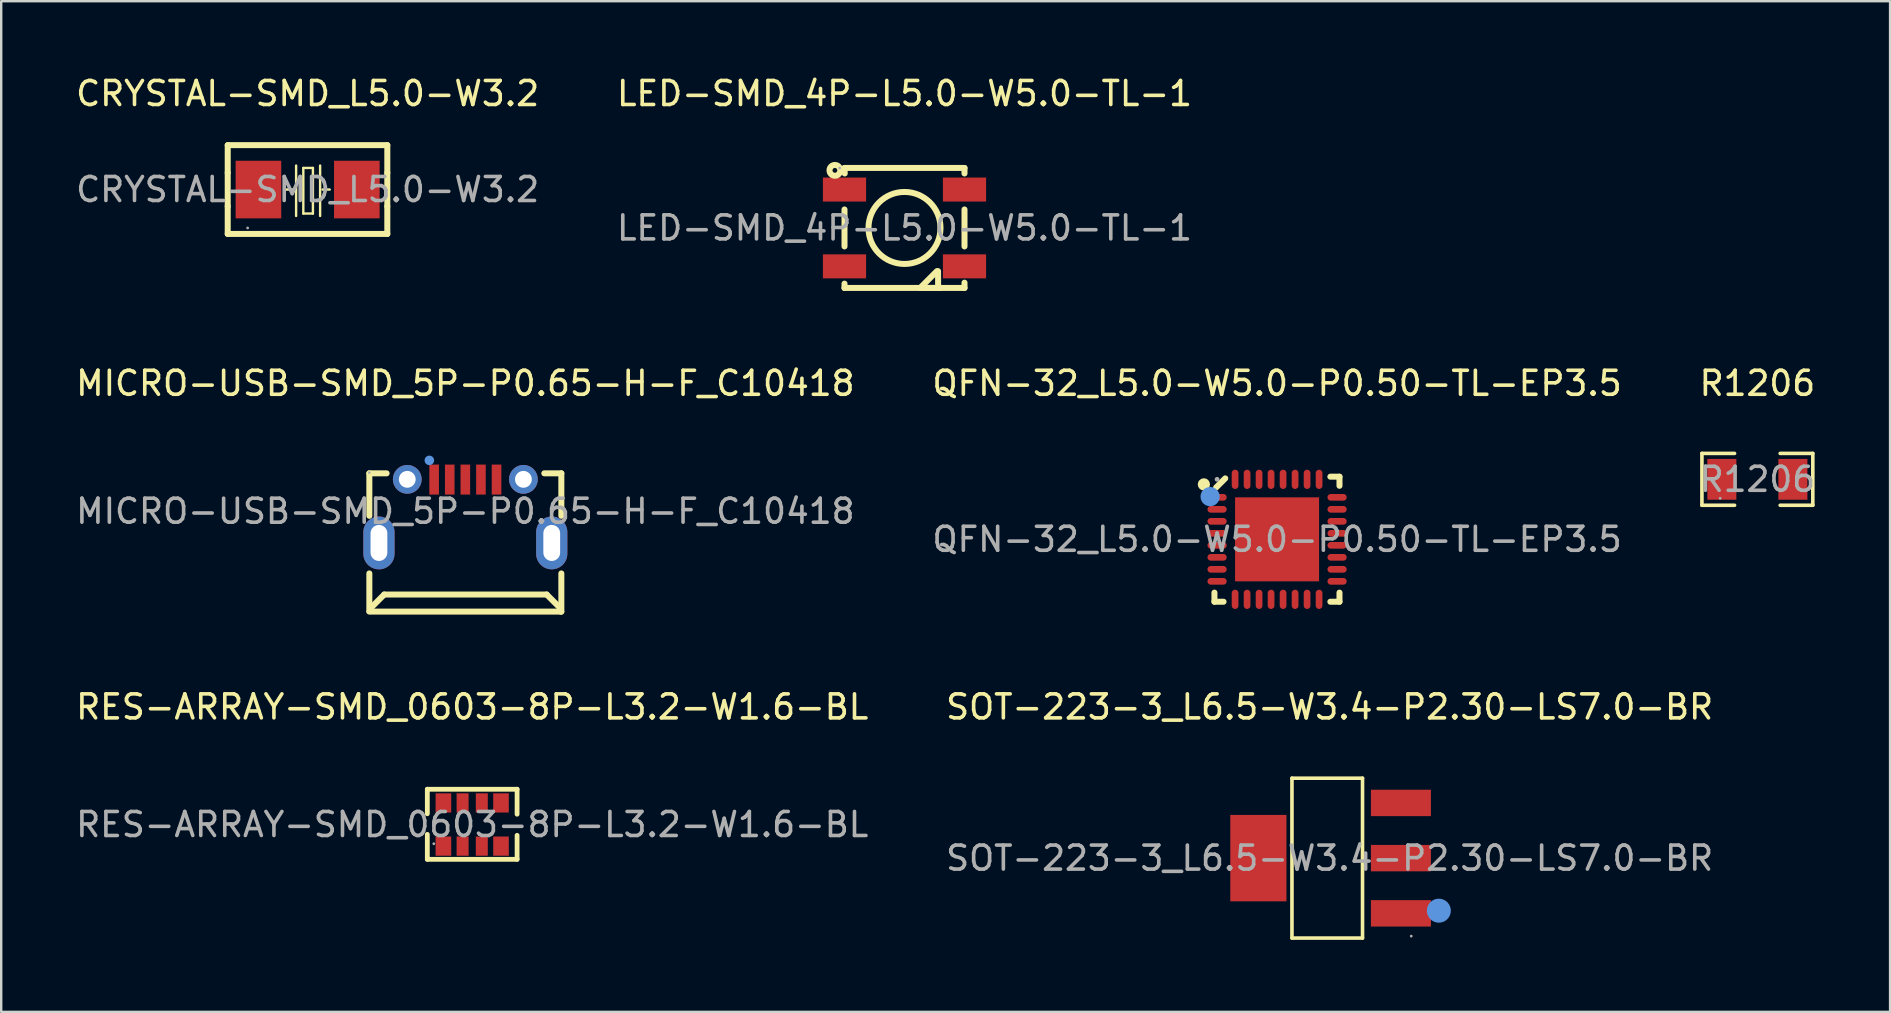
<source format=kicad_pcb>
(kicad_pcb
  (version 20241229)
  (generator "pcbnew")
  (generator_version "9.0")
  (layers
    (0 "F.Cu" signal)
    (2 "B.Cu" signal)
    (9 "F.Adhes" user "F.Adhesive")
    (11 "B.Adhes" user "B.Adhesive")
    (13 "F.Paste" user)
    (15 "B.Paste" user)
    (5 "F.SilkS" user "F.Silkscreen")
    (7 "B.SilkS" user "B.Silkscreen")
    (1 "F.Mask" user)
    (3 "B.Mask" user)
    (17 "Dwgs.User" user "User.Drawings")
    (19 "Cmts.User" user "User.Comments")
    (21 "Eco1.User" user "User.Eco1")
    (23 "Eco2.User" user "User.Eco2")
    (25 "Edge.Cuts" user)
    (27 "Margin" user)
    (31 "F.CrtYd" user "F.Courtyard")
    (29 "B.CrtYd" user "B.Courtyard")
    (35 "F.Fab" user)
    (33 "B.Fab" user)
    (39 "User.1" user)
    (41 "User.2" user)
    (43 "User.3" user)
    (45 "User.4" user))
  (footprint "MICRO-USB-SMD_5P-P0.65-H-F_C10418"
    (layer "F.Cu")
    (at 16.339 18.252)
    (property "Reference" "MICRO-USB-SMD_5P-P0.65-H-F_C10418" (at 0 -5.33 0) (layer "F.SilkS") (effects (font (size 1 1) (thickness 0.15))))
    (attr smd)
    (fp_line (start -4 -1.58) (end -4 0.19) (stroke (width 0.25) (type solid)) (layer "F.SilkS"))
    (fp_line (start -4 -1.58) (end -3.28 -1.58) (stroke (width 0.25) (type solid)) (layer "F.SilkS"))
    (fp_line (start -4 2.59) (end -4 4.16) (stroke (width 0.25) (type solid)) (layer "F.SilkS"))
    (fp_line (start -3.97 4.06) (end -3.38 3.47) (stroke (width 0.25) (type solid)) (layer "F.SilkS"))
    (fp_line (start -3.97 4.16) (end -3.97 4.06) (stroke (width 0.25) (type solid)) (layer "F.SilkS"))
    (fp_line (start 3.29 -1.58) (end 4 -1.58) (stroke (width 0.25) (type solid)) (layer "F.SilkS"))
    (fp_line (start 3.39 3.47) (end -3.38 3.47) (stroke (width 0.25) (type solid)) (layer "F.SilkS"))
    (fp_line (start 3.98 4.06) (end 3.39 3.47) (stroke (width 0.25) (type solid)) (layer "F.SilkS"))
    (fp_line (start 3.98 4.18) (end 3.98 4.06) (stroke (width 0.25) (type solid)) (layer "F.SilkS"))
    (fp_line (start 4 -1.58) (end 4 0.19) (stroke (width 0.25) (type solid)) (layer "F.SilkS"))
    (fp_line (start 4 2.59) (end 4 4.18) (stroke (width 0.25) (type solid)) (layer "F.SilkS"))
    (fp_line (start 4 4.18) (end -4 4.18) (stroke (width 0.25) (type solid)) (layer "F.SilkS"))
    (fp_circle (center -1.5 -2.12) (end -1.4 -2.12) (stroke (width 0.2) (type solid)) (fill no) (layer "Cmts.User"))
    (fp_circle (center -4 -1.61) (end -3.97 -1.61) (stroke (width 0.06) (type solid)) (fill no) (layer "F.Fab"))
    (fp_text user "${REFERENCE}" (at 0 0 0) (layer "F.Fab") (effects (font (size 1 1) (thickness 0.15))))
    (pad "1" smd rect (at -1.3 -1.32 270) (size 1.25 0.4) (layers "F.Cu" "F.Mask" "F.Paste"))
    (pad "2" smd rect (at -0.65 -1.32 270) (size 1.25 0.4) (layers "F.Cu" "F.Mask" "F.Paste"))
    (pad "3" smd rect (at 0 -1.32 270) (size 1.25 0.4) (layers "F.Cu" "F.Mask" "F.Paste"))
    (pad "4" smd rect (at 0.65 -1.32 270) (size 1.25 0.4) (layers "F.Cu" "F.Mask" "F.Paste"))
    (pad "5" smd rect (at 1.3 -1.32 270) (size 1.25 0.4) (layers "F.Cu" "F.Mask" "F.Paste"))
    (pad "SH0" thru_hole circle (at -2.42 -1.33) (size 1.2 1.2) (drill 0.7) (layers "*.Cu" "*.Mask"))
    (pad "SH1" thru_hole oval (at -3.6 1.32) (size 1.3 2.2) (drill oval 0.7 1.5) (layers "*.Cu" "*.Mask"))
    (pad "SH2" thru_hole oval (at 3.6 1.32) (size 1.3 2.2) (drill oval 0.7 1.5) (layers "*.Cu" "*.Mask"))
    (pad "SH3" thru_hole circle (at 2.42 -1.33) (size 1.2 1.2) (drill 0.7) (layers "*.Cu" "*.Mask")))
  (footprint "R1206"
    (layer "F.Cu")
    (at 70.173 16.922)
    (property "Reference" "R1206" (at 0 -4 0) (layer "F.SilkS") (effects (font (size 1 1) (thickness 0.15))))
    (attr smd)
    (fp_line (start -2.31 -1.08) (end -0.95 -1.08) (stroke (width 0.15) (type solid)) (layer "F.SilkS"))
    (fp_line (start -2.31 1.08) (end -2.31 -1.08) (stroke (width 0.15) (type solid)) (layer "F.SilkS"))
    (fp_line (start -0.95 1.08) (end -2.31 1.08) (stroke (width 0.15) (type solid)) (layer "F.SilkS"))
    (fp_line (start 0.95 1.08) (end 2.31 1.08) (stroke (width 0.15) (type solid)) (layer "F.SilkS"))
    (fp_line (start 2.31 -1.08) (end 0.95 -1.08) (stroke (width 0.15) (type solid)) (layer "F.SilkS"))
    (fp_line (start 2.31 1.08) (end 2.31 -1.08) (stroke (width 0.15) (type solid)) (layer "F.SilkS"))
    (fp_circle (center -1.55 0.79) (end -1.52 0.79) (stroke (width 0.06) (type solid)) (fill no) (layer "F.Fab"))
    (fp_text user "${REFERENCE}" (at 0 0 0) (layer "F.Fab") (effects (font (size 1 1) (thickness 0.15))))
    (pad "1" smd rect (at -1.48 0) (size 1.21 1.7) (layers "F.Cu" "F.Mask" "F.Paste"))
    (pad "2" smd rect (at 1.48 0) (size 1.21 1.7) (layers "F.Cu" "F.Mask" "F.Paste")))
  (footprint "LED-SMD_4P-L5.0-W5.0-TL-1"
    (layer "F.Cu")
    (at 34.637 6.448)
    (property "Reference" "LED-SMD_4P-L5.0-W5.0-TL-1" (at 0 -5.6 0) (layer "F.SilkS") (effects (font (size 1 1) (thickness 0.15))))
    (attr smd)
    (fp_line (start -2.5 -2.5) (end 2.5 -2.5) (stroke (width 0.25) (type solid)) (layer "F.SilkS"))
    (fp_line (start -2.5 0.77) (end -2.5 -0.77) (stroke (width 0.25) (type solid)) (layer "F.SilkS"))
    (fp_line (start -2.5 2.5) (end -2.5 2.32) (stroke (width 0.25) (type solid)) (layer "F.SilkS"))
    (fp_line (start -2.49 -2.27) (end -2.5 -2.5) (stroke (width 0.25) (type solid)) (layer "F.SilkS"))
    (fp_line (start 0.65 2.5) (end 1.35 1.8) (stroke (width 0.25) (type solid)) (layer "F.SilkS"))
    (fp_line (start 1.4 1.8) (end 1.4 2.5) (stroke (width 0.25) (type solid)) (layer "F.SilkS"))
    (fp_line (start 1.5 2.5) (end 0.8 2.5) (stroke (width 0.25) (type solid)) (layer "F.SilkS"))
    (fp_line (start 2.5 -2.5) (end 2.5 -2.27) (stroke (width 0.25) (type solid)) (layer "F.SilkS"))
    (fp_line (start 2.5 -0.77) (end 2.5 0.77) (stroke (width 0.25) (type solid)) (layer "F.SilkS"))
    (fp_line (start 2.5 2.28) (end 2.5 2.5) (stroke (width 0.25) (type solid)) (layer "F.SilkS"))
    (fp_line (start 2.5 2.5) (end -2.5 2.5) (stroke (width 0.25) (type solid)) (layer "F.SilkS"))
    (fp_circle (center -2.9 -2.4) (end -2.8 -2.4) (stroke (width 0.25) (type solid)) (fill no) (layer "F.SilkS"))
    (fp_circle (center 0 0) (end 1.5 0) (stroke (width 0.25) (type solid)) (fill no) (layer "F.SilkS"))
    (fp_circle (center -2.7 -2.5) (end -2.67 -2.5) (stroke (width 0.06) (type solid)) (fill no) (layer "F.Fab"))
    (fp_text user "${REFERENCE}" (at 0 0 0) (layer "F.Fab") (effects (font (size 1 1) (thickness 0.15))))
    (pad "1" smd rect (at -2.5 -1.6 180) (size 1.8 1) (layers "F.Cu" "F.Mask" "F.Paste"))
    (pad "2" smd rect (at -2.5 1.6 180) (size 1.8 1) (layers "F.Cu" "F.Mask" "F.Paste"))
    (pad "3" smd rect (at 2.5 1.6 180) (size 1.8 1) (layers "F.Cu" "F.Mask" "F.Paste"))
    (pad "4" smd rect (at 2.5 -1.6 180) (size 1.8 1) (layers "F.Cu" "F.Mask" "F.Paste")))
  (footprint "RES-ARRAY-SMD_0603-8P-L3.2-W1.6-BL"
    (layer "F.Cu")
    (at 16.625 31.305)
    (property "Reference" "RES-ARRAY-SMD_0603-8P-L3.2-W1.6-BL" (at 0 -4.9 0) (layer "F.SilkS") (effects (font (size 1 1) (thickness 0.15))))
    (attr smd)
    (fp_line (start -1.87 -1.47) (end 1.87 -1.47) (stroke (width 0.2) (type solid)) (layer "F.SilkS"))
    (fp_line (start -1.87 -0.45) (end -1.87 -1.47) (stroke (width 0.2) (type solid)) (layer "F.SilkS"))
    (fp_line (start -1.87 1.45) (end -1.87 0.41) (stroke (width 0.2) (type solid)) (layer "F.SilkS"))
    (fp_line (start 1.87 -1.47) (end 1.87 -0.43) (stroke (width 0.2) (type solid)) (layer "F.SilkS"))
    (fp_line (start 1.87 0.45) (end 1.87 1.45) (stroke (width 0.2) (type solid)) (layer "F.SilkS"))
    (fp_line (start 1.87 1.45) (end -1.87 1.45) (stroke (width 0.2) (type solid)) (layer "F.SilkS"))
    (fp_circle (center -1.6 0.8) (end -1.57 0.8) (stroke (width 0.06) (type solid)) (fill no) (layer "F.Fab"))
    (fp_text user "${REFERENCE}" (at 0 0 0) (layer "F.Fab") (effects (font (size 1 1) (thickness 0.15))))
    (pad "1" smd rect (at -1.2 0.9) (size 0.65 0.8) (layers "F.Cu" "F.Mask" "F.Paste"))
    (pad "2" smd rect (at -0.4 0.9) (size 0.5 0.8) (layers "F.Cu" "F.Mask" "F.Paste"))
    (pad "3" smd rect (at 0.4 0.9) (size 0.5 0.8) (layers "F.Cu" "F.Mask" "F.Paste"))
    (pad "4" smd rect (at 1.2 0.9) (size 0.65 0.8) (layers "F.Cu" "F.Mask" "F.Paste"))
    (pad "5" smd rect (at 1.2 -0.9) (size 0.65 0.8) (layers "F.Cu" "F.Mask" "F.Paste"))
    (pad "6" smd rect (at 0.4 -0.9) (size 0.5 0.8) (layers "F.Cu" "F.Mask" "F.Paste"))
    (pad "7" smd rect (at -0.4 -0.9) (size 0.5 0.8) (layers "F.Cu" "F.Mask" "F.Paste"))
    (pad "8" smd rect (at -1.2 -0.9) (size 0.65 0.8) (layers "F.Cu" "F.Mask" "F.Paste")))
  (footprint "CRYSTAL-SMD_L5.0-W3.2"
    (layer "F.Cu")
    (at 9.768 4.848)
    (property "Reference" "CRYSTAL-SMD_L5.0-W3.2" (at 0 -4 0) (layer "F.SilkS") (effects (font (size 1 1) (thickness 0.15))))
    (attr smd)
    (fp_line (start -3.33 -1.85) (end 3.32 -1.85) (stroke (width 0.25) (type solid)) (layer "F.SilkS"))
    (fp_line (start -3.33 -0.7) (end -3.33 -1.85) (stroke (width 0.25) (type solid)) (layer "F.SilkS"))
    (fp_line (start -3.33 0.7) (end -3.33 -0.7) (stroke (width 0.25) (type solid)) (layer "F.SilkS"))
    (fp_line (start -3.33 1.85) (end -3.33 0.7) (stroke (width 0.25) (type solid)) (layer "F.SilkS"))
    (fp_line (start -0.94 0) (end -0.58 0) (stroke (width 0.1) (type solid)) (layer "F.SilkS"))
    (fp_line (start -0.48 -1) (end -0.48 1.1) (stroke (width 0.1) (type solid)) (layer "F.SilkS"))
    (fp_line (start -0.18 -0.9) (end -0.18 1) (stroke (width 0.1) (type solid)) (layer "F.SilkS"))
    (fp_line (start -0.18 1) (end 0.22 1) (stroke (width 0.1) (type solid)) (layer "F.SilkS"))
    (fp_line (start 0.22 -0.9) (end -0.18 -0.9) (stroke (width 0.1) (type solid)) (layer "F.SilkS"))
    (fp_line (start 0.22 1) (end 0.22 -0.9) (stroke (width 0.1) (type solid)) (layer "F.SilkS"))
    (fp_line (start 0.52 -1) (end 0.52 1.1) (stroke (width 0.1) (type solid)) (layer "F.SilkS"))
    (fp_line (start 0.62 0) (end 0.92 0) (stroke (width 0.1) (type solid)) (layer "F.SilkS"))
    (fp_line (start 3.32 -1.85) (end 3.32 -0.7) (stroke (width 0.25) (type solid)) (layer "F.SilkS"))
    (fp_line (start 3.32 -0.7) (end 3.32 0.7) (stroke (width 0.25) (type solid)) (layer "F.SilkS"))
    (fp_line (start 3.32 0.7) (end 3.32 1.85) (stroke (width 0.25) (type solid)) (layer "F.SilkS"))
    (fp_line (start 3.32 1.85) (end -3.33 1.85) (stroke (width 0.25) (type solid)) (layer "F.SilkS"))
    (fp_circle (center -2.5 1.6) (end -2.47 1.6) (stroke (width 0.06) (type solid)) (fill no) (layer "F.Fab"))
    (fp_text user "${REFERENCE}" (at 0 0 0) (layer "F.Fab") (effects (font (size 1 1) (thickness 0.15))))
    (pad "1" smd rect (at -2.05 0) (size 1.9 2.4) (layers "F.Cu" "F.Mask" "F.Paste"))
    (pad "2" smd rect (at 2.05 0) (size 1.9 2.4) (layers "F.Cu" "F.Mask" "F.Paste")))
  (footprint "QFN-32_L5.0-W5.0-P0.50-TL-EP3.5"
    (layer "F.Cu")
    (at 50.161 19.422)
    (property "Reference" "QFN-32_L5.0-W5.0-P0.50-TL-EP3.5" (at 0 -6.5 0) (layer "F.SilkS") (effects (font (size 1 1) (thickness 0.15))))
    (attr smd)
    (fp_line (start -2.61 2.22) (end -2.61 2.6) (stroke (width 0.25) (type solid)) (layer "F.SilkS"))
    (fp_line (start -2.61 2.6) (end -2.23 2.6) (stroke (width 0.25) (type solid)) (layer "F.SilkS"))
    (fp_line (start -2.16 -2.54) (end -2.54 -2.16) (stroke (width 0.25) (type solid)) (layer "F.SilkS"))
    (fp_line (start 2.22 2.6) (end 2.6 2.6) (stroke (width 0.25) (type solid)) (layer "F.SilkS"))
    (fp_line (start 2.6 -2.61) (end 2.22 -2.61) (stroke (width 0.25) (type solid)) (layer "F.SilkS"))
    (fp_line (start 2.6 -2.23) (end 2.6 -2.61) (stroke (width 0.25) (type solid)) (layer "F.SilkS"))
    (fp_line (start 2.6 2.6) (end 2.6 2.22) (stroke (width 0.25) (type solid)) (layer "F.SilkS"))
    (fp_circle (center -3.05 -2.29) (end -2.92 -2.29) (stroke (width 0.25) (type solid)) (fill no) (layer "F.SilkS"))
    (fp_circle (center -2.79 -1.78) (end -2.59 -1.78) (stroke (width 0.4) (type solid)) (fill no) (layer "Cmts.User"))
    (fp_circle (center -2.5 -2.5) (end -2.45 -2.5) (stroke (width 0.1) (type solid)) (fill no) (layer "F.Fab"))
    (fp_text user "${REFERENCE}" (at 0 0 0) (layer "F.Fab") (effects (font (size 1 1) (thickness 0.15))))
    (pad "1" smd oval (at -2.5 -1.75) (size 0.8 0.28) (layers "F.Cu" "F.Mask" "F.Paste"))
    (pad "2" smd oval (at -2.5 -1.25) (size 0.8 0.28) (layers "F.Cu" "F.Mask" "F.Paste"))
    (pad "3" smd oval (at -2.5 -0.75) (size 0.8 0.28) (layers "F.Cu" "F.Mask" "F.Paste"))
    (pad "4" smd oval (at -2.5 -0.25) (size 0.8 0.28) (layers "F.Cu" "F.Mask" "F.Paste"))
    (pad "5" smd oval (at -2.5 0.25) (size 0.8 0.28) (layers "F.Cu" "F.Mask" "F.Paste"))
    (pad "6" smd oval (at -2.5 0.75) (size 0.8 0.28) (layers "F.Cu" "F.Mask" "F.Paste"))
    (pad "7" smd oval (at -2.5 1.25) (size 0.8 0.28) (layers "F.Cu" "F.Mask" "F.Paste"))
    (pad "8" smd oval (at -2.5 1.75) (size 0.8 0.28) (layers "F.Cu" "F.Mask" "F.Paste"))
    (pad "9" smd oval (at -1.75 2.5) (size 0.28 0.8) (layers "F.Cu" "F.Mask" "F.Paste"))
    (pad "10" smd oval (at -1.25 2.5) (size 0.28 0.8) (layers "F.Cu" "F.Mask" "F.Paste"))
    (pad "11" smd oval (at -0.75 2.5) (size 0.28 0.8) (layers "F.Cu" "F.Mask" "F.Paste"))
    (pad "12" smd oval (at -0.25 2.5) (size 0.28 0.8) (layers "F.Cu" "F.Mask" "F.Paste"))
    (pad "13" smd oval (at 0.25 2.5) (size 0.28 0.8) (layers "F.Cu" "F.Mask" "F.Paste"))
    (pad "14" smd oval (at 0.75 2.5) (size 0.28 0.8) (layers "F.Cu" "F.Mask" "F.Paste"))
    (pad "15" smd oval (at 1.25 2.5) (size 0.28 0.8) (layers "F.Cu" "F.Mask" "F.Paste"))
    (pad "16" smd oval (at 1.75 2.5) (size 0.28 0.8) (layers "F.Cu" "F.Mask" "F.Paste"))
    (pad "17" smd oval (at 2.5 1.75) (size 0.8 0.28) (layers "F.Cu" "F.Mask" "F.Paste"))
    (pad "18" smd oval (at 2.5 1.25) (size 0.8 0.28) (layers "F.Cu" "F.Mask" "F.Paste"))
    (pad "19" smd oval (at 2.5 0.75) (size 0.8 0.28) (layers "F.Cu" "F.Mask" "F.Paste"))
    (pad "20" smd oval (at 2.5 0.25) (size 0.8 0.28) (layers "F.Cu" "F.Mask" "F.Paste"))
    (pad "21" smd oval (at 2.5 -0.25) (size 0.8 0.28) (layers "F.Cu" "F.Mask" "F.Paste"))
    (pad "22" smd oval (at 2.5 -0.75) (size 0.8 0.28) (layers "F.Cu" "F.Mask" "F.Paste"))
    (pad "23" smd oval (at 2.5 -1.25) (size 0.8 0.28) (layers "F.Cu" "F.Mask" "F.Paste"))
    (pad "24" smd oval (at 2.5 -1.75) (size 0.8 0.28) (layers "F.Cu" "F.Mask" "F.Paste"))
    (pad "25" smd oval (at 1.75 -2.5) (size 0.28 0.8) (layers "F.Cu" "F.Mask" "F.Paste"))
    (pad "26" smd oval (at 1.25 -2.5) (size 0.28 0.8) (layers "F.Cu" "F.Mask" "F.Paste"))
    (pad "27" smd oval (at 0.75 -2.5) (size 0.28 0.8) (layers "F.Cu" "F.Mask" "F.Paste"))
    (pad "28" smd oval (at 0.25 -2.5) (size 0.28 0.8) (layers "F.Cu" "F.Mask" "F.Paste"))
    (pad "29" smd oval (at -0.25 -2.5) (size 0.28 0.8) (layers "F.Cu" "F.Mask" "F.Paste"))
    (pad "30" smd oval (at -0.75 -2.5) (size 0.28 0.8) (layers "F.Cu" "F.Mask" "F.Paste"))
    (pad "31" smd oval (at -1.25 -2.5) (size 0.28 0.8) (layers "F.Cu" "F.Mask" "F.Paste"))
    (pad "32" smd oval (at -1.75 -2.5) (size 0.28 0.8) (layers "F.Cu" "F.Mask" "F.Paste"))
    (pad "33" smd rect (at 0 0) (size 3.5 3.5) (layers "F.Cu" "F.Mask" "F.Paste")))
  (footprint "SOT-223-3_L6.5-W3.4-P2.30-LS7.0-BR"
    (layer "F.Cu")
    (at 52.351 32.705)
    (property "Reference" "SOT-223-3_L6.5-W3.4-P2.30-LS7.0-BR" (at 0 -6.3 0) (layer "F.SilkS") (effects (font (size 1 1) (thickness 0.15))))
    (attr smd)
    (fp_line (start -1.57 -3.33) (end 1.37 -3.33) (stroke (width 0.15) (type solid)) (layer "F.SilkS"))
    (fp_line (start -1.57 3.33) (end -1.57 -3.33) (stroke (width 0.15) (type solid)) (layer "F.SilkS"))
    (fp_line (start 1.37 -3.33) (end 1.37 3.33) (stroke (width 0.15) (type solid)) (layer "F.SilkS"))
    (fp_line (start 1.37 3.33) (end -1.57 3.33) (stroke (width 0.15) (type solid)) (layer "F.SilkS"))
    (fp_circle (center 4.55 2.19) (end 4.8 2.19) (stroke (width 0.5) (type solid)) (fill no) (layer "Cmts.User"))
    (fp_circle (center 3.4 3.25) (end 3.43 3.25) (stroke (width 0.06) (type solid)) (fill no) (layer "F.Fab"))
    (fp_text user "${REFERENCE}" (at 0 0 0) (layer "F.Fab") (effects (font (size 1 1) (thickness 0.15))))
    (pad "1" smd rect (at 2.97 2.3) (size 2.5 1.1) (layers "F.Cu" "F.Mask" "F.Paste"))
    (pad "2" smd rect (at 2.97 0) (size 2.5 1.1) (layers "F.Cu" "F.Mask" "F.Paste"))
    (pad "3" smd rect (at 2.97 -2.3) (size 2.5 1.1) (layers "F.Cu" "F.Mask" "F.Paste"))
    (pad "4" smd rect (at -2.97 0) (size 2.34 3.6) (layers "F.Cu" "F.Mask" "F.Paste")))
  (gr_rect
    (start -3 -3)
    (end 75.702 39.11)
    (stroke (width 0.1) (type default))
    (fill no)
    (layer "Edge.Cuts")))
</source>
